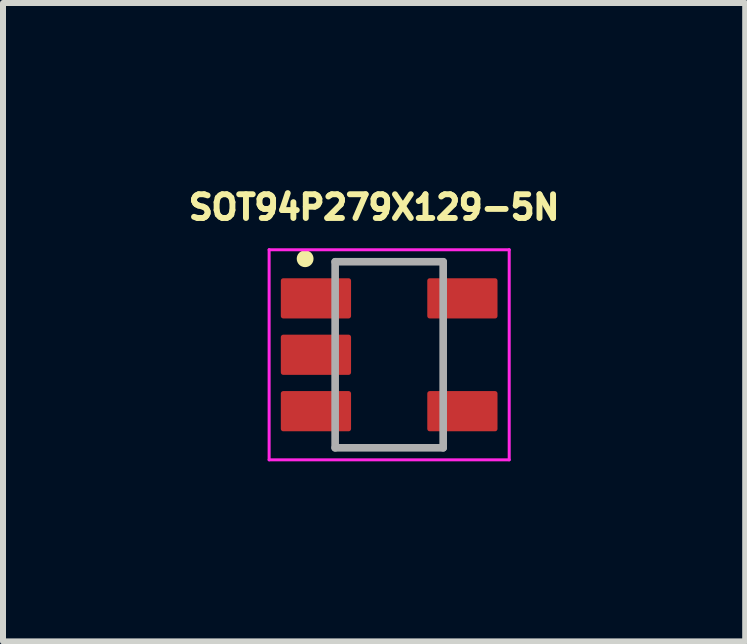
<source format=kicad_pcb>
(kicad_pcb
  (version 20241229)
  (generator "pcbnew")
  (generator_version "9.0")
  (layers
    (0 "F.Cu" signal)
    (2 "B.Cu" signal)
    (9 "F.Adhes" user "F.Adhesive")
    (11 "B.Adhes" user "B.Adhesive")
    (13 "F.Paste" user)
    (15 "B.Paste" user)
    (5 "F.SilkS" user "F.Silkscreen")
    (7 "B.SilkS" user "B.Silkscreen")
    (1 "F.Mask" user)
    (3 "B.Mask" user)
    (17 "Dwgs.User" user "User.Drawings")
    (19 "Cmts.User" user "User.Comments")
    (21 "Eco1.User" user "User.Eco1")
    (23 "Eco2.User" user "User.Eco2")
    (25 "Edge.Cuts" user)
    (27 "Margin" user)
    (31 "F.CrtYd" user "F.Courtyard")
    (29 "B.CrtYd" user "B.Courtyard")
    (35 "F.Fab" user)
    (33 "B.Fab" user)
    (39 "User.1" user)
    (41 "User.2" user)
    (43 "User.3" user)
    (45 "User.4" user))
  (footprint "SOT94P279X129-5N"
    (layer "F.Cu")
    (at 3.434 2.861)
    (property "Reference" "SOT94P279X129-5N" (at -0.251 -2.457 0) (layer "F.SilkS") (effects (font (size 0.395 0.395) (thickness 0.15))))
    (attr smd)
    (fp_circle (center -1.4 -1.6) (end -1.33 -1.6) (stroke (width 0.14) (type solid)) (fill no) (layer "F.SilkS"))
    (fp_line (start -2 -1.75) (end -2 1.75) (stroke (width 0.05) (type solid)) (layer "F.CrtYd"))
    (fp_line (start -2 1.75) (end 2 1.75) (stroke (width 0.05) (type solid)) (layer "F.CrtYd"))
    (fp_line (start 2 -1.75) (end -2 -1.75) (stroke (width 0.05) (type solid)) (layer "F.CrtYd"))
    (fp_line (start 2 1.75) (end 2 -1.75) (stroke (width 0.05) (type solid)) (layer "F.CrtYd"))
    (fp_line (start -0.9 -1.55) (end 0.9 -1.55) (stroke (width 0.127) (type solid)) (layer "F.Fab"))
    (fp_line (start -0.9 1.55) (end -0.9 -1.55) (stroke (width 0.127) (type solid)) (layer "F.Fab"))
    (fp_line (start 0.9 -1.55) (end 0.9 1.55) (stroke (width 0.127) (type solid)) (layer "F.Fab"))
    (fp_line (start 0.9 1.55) (end -0.9 1.55) (stroke (width 0.127) (type solid)) (layer "F.Fab"))
    (pad "1" smd roundrect (at -1.22 -0.94) (size 1.17 0.67) (layers "F.Cu" "F.Mask" "F.Paste") (roundrect_rratio 0.06))
    (pad "2" smd roundrect (at -1.22 0) (size 1.17 0.67) (layers "F.Cu" "F.Mask" "F.Paste") (roundrect_rratio 0.06))
    (pad "3" smd roundrect (at -1.22 0.94) (size 1.17 0.67) (layers "F.Cu" "F.Mask" "F.Paste") (roundrect_rratio 0.06))
    (pad "4" smd roundrect (at 1.22 0.94) (size 1.17 0.67) (layers "F.Cu" "F.Mask" "F.Paste") (roundrect_rratio 0.06))
    (pad "5" smd roundrect (at 1.22 -0.94) (size 1.17 0.67) (layers "F.Cu" "F.Mask" "F.Paste") (roundrect_rratio 0.06)))
  (gr_rect
    (start -3 -3)
    (end 9.366 7.636)
    (stroke (width 0.1) (type default))
    (fill no)
    (layer "Edge.Cuts")))
</source>
